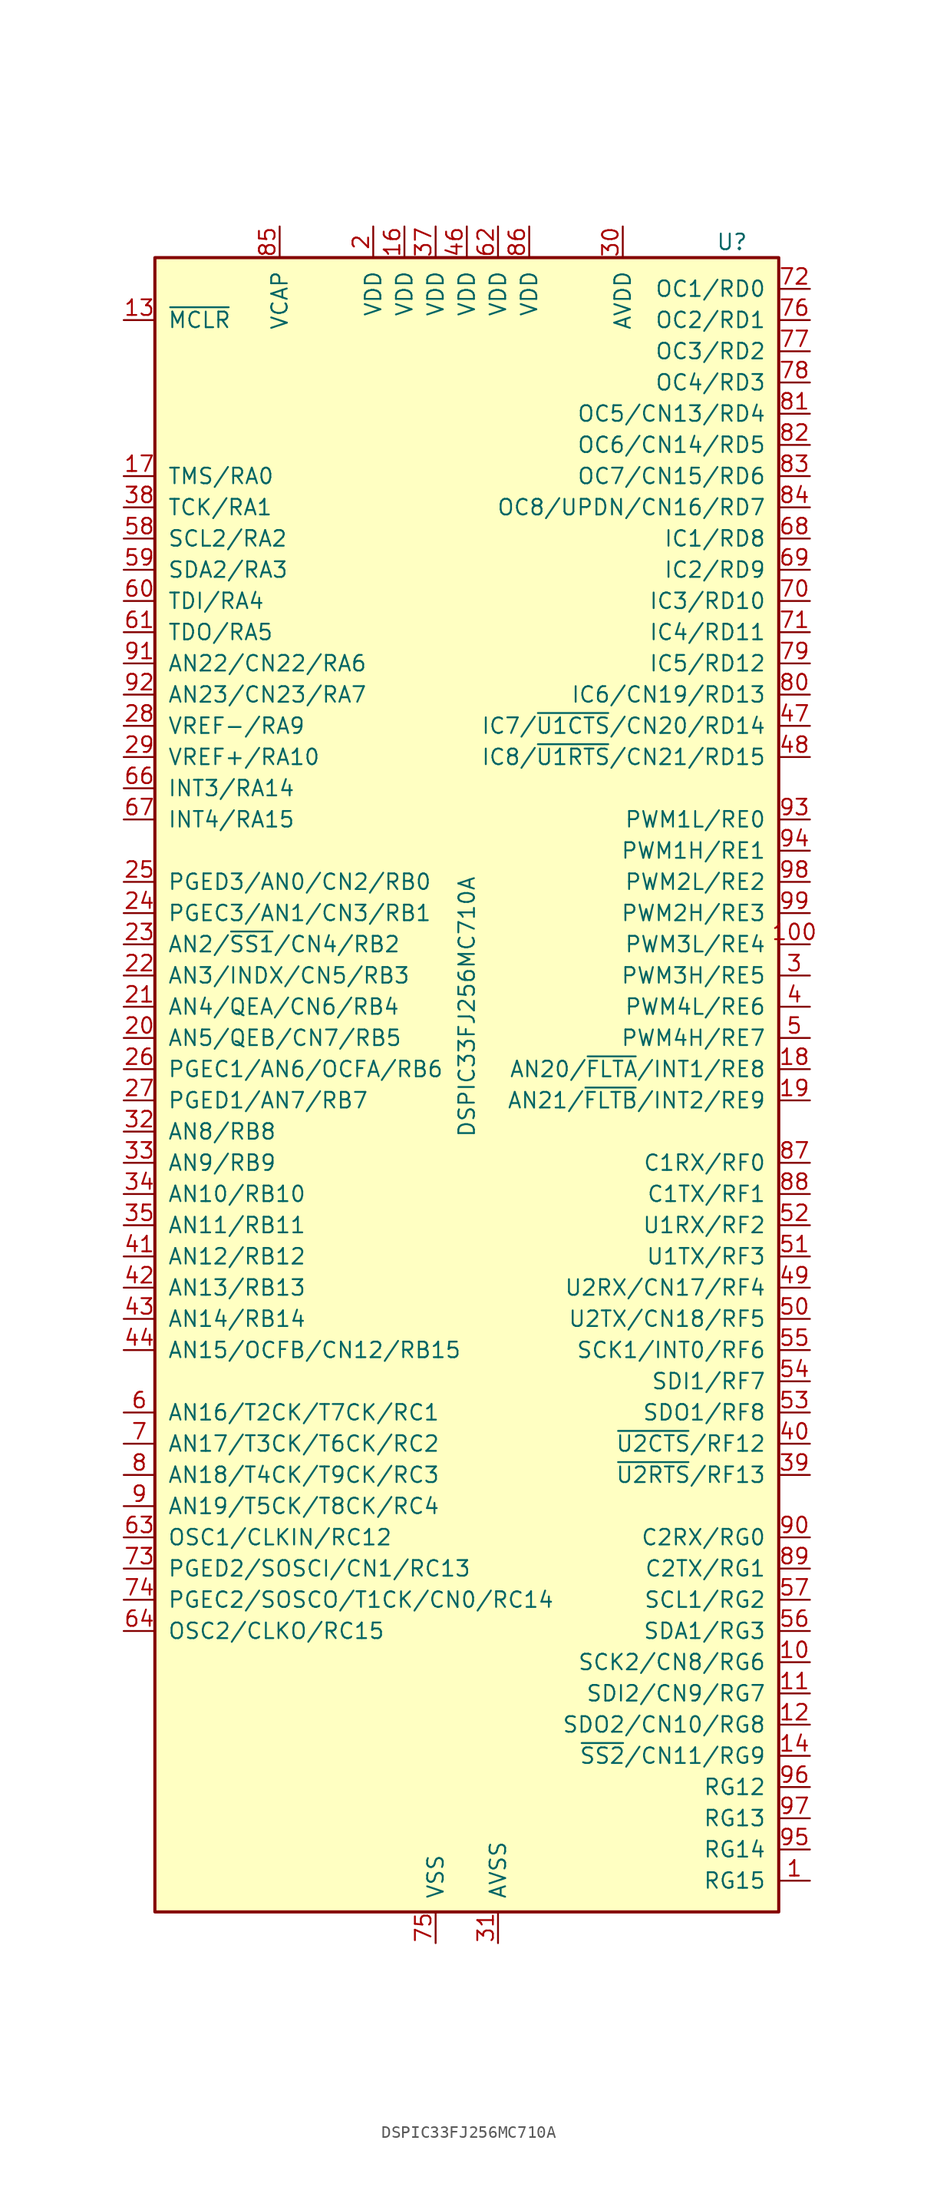
<source format=kicad_sym>
(kicad_symbol_lib
  (version 20201005)
  (generator kicad_symbol_editor)
  (symbol "DSPIC33FJ256MC710A"
    (pin_names
      (offset 1.016))
    (property "Reference" "U"
      (at 21.59 69.85 0)
      (effects (font (size 1.27 1.27))))
    (property "Value" "DSPIC33FJ256MC710A"
      (at 0 7.62 90)
      (effects (font (size 1.27 1.27))))
    (symbol "DSPIC33FJ256MC710A_0_1"
      (rectangle (start -25.4 68.58) (end 25.4 -66.04) (stroke (width 0.254)) (fill (type background))))
    (symbol "DSPIC33FJ256MC710A_1_1"
      (pin bidirectional line (at 27.94 -63.5 180) (length 2.54) (name "RG15" (effects (font (size 1.27 1.27)))) (number "1" (effects (font (size 1.27 1.27)))))
      (pin bidirectional line (at 27.94 -45.72 180) (length 2.54) (name "SCK2/CN8/RG6" (effects (font (size 1.27 1.27)))) (number "10" (effects (font (size 1.27 1.27)))))
      (pin bidirectional line (at 27.94 12.7 180) (length 2.54) (name "PWM3L/RE4" (effects (font (size 1.27 1.27)))) (number "100" (effects (font (size 1.27 1.27)))))
      (pin bidirectional line (at 27.94 -48.26 180) (length 2.54) (name "SDI2/CN9/RG7" (effects (font (size 1.27 1.27)))) (number "11" (effects (font (size 1.27 1.27)))))
      (pin bidirectional line (at 27.94 -50.8 180) (length 2.54) (name "SDO2/CN10/RG8" (effects (font (size 1.27 1.27)))) (number "12" (effects (font (size 1.27 1.27)))))
      (pin input line (at -27.94 63.5 0) (length 2.54) (name "~MCLR" (effects (font (size 1.27 1.27)))) (number "13" (effects (font (size 1.27 1.27)))))
      (pin bidirectional line (at 27.94 -53.34 180) (length 2.54) (name "~SS2~/CN11/RG9" (effects (font (size 1.27 1.27)))) (number "14" (effects (font (size 1.27 1.27)))))
      (pin power_in line (at -2.54 -68.58 90) (length 2.54) hide (name "VSS" (effects (font (size 1.27 1.27)))) (number "15" (effects (font (size 1.27 1.27)))))
      (pin power_in line (at -5.08 71.12 270) (length 2.54) (name "VDD" (effects (font (size 1.27 1.27)))) (number "16" (effects (font (size 1.27 1.27)))))
      (pin bidirectional line (at -27.94 50.8 0) (length 2.54) (name "TMS/RA0" (effects (font (size 1.27 1.27)))) (number "17" (effects (font (size 1.27 1.27)))))
      (pin bidirectional line (at 27.94 2.54 180) (length 2.54) (name "AN20/~FLTA~/INT1/RE8" (effects (font (size 1.27 1.27)))) (number "18" (effects (font (size 1.27 1.27)))))
      (pin bidirectional line (at 27.94 0 180) (length 2.54) (name "AN21/~FLTB~/INT2/RE9" (effects (font (size 1.27 1.27)))) (number "19" (effects (font (size 1.27 1.27)))))
      (pin power_in line (at -7.62 71.12 270) (length 2.54) (name "VDD" (effects (font (size 1.27 1.27)))) (number "2" (effects (font (size 1.27 1.27)))))
      (pin bidirectional line (at -27.94 5.08 0) (length 2.54) (name "AN5/QEB/CN7/RB5" (effects (font (size 1.27 1.27)))) (number "20" (effects (font (size 1.27 1.27)))))
      (pin bidirectional line (at -27.94 7.62 0) (length 2.54) (name "AN4/QEA/CN6/RB4" (effects (font (size 1.27 1.27)))) (number "21" (effects (font (size 1.27 1.27)))))
      (pin bidirectional line (at -27.94 10.16 0) (length 2.54) (name "AN3/INDX/CN5/RB3" (effects (font (size 1.27 1.27)))) (number "22" (effects (font (size 1.27 1.27)))))
      (pin bidirectional line (at -27.94 12.7 0) (length 2.54) (name "AN2/~SS1~/CN4/RB2" (effects (font (size 1.27 1.27)))) (number "23" (effects (font (size 1.27 1.27)))))
      (pin bidirectional line (at -27.94 15.24 0) (length 2.54) (name "PGEC3/AN1/CN3/RB1" (effects (font (size 1.27 1.27)))) (number "24" (effects (font (size 1.27 1.27)))))
      (pin bidirectional line (at -27.94 17.78 0) (length 2.54) (name "PGED3/AN0/CN2/RB0" (effects (font (size 1.27 1.27)))) (number "25" (effects (font (size 1.27 1.27)))))
      (pin bidirectional line (at -27.94 2.54 0) (length 2.54) (name "PGEC1/AN6/OCFA/RB6" (effects (font (size 1.27 1.27)))) (number "26" (effects (font (size 1.27 1.27)))))
      (pin bidirectional line (at -27.94 0 0) (length 2.54) (name "PGED1/AN7/RB7" (effects (font (size 1.27 1.27)))) (number "27" (effects (font (size 1.27 1.27)))))
      (pin bidirectional line (at -27.94 30.48 0) (length 2.54) (name "VREF-/RA9" (effects (font (size 1.27 1.27)))) (number "28" (effects (font (size 1.27 1.27)))))
      (pin bidirectional line (at -27.94 27.94 0) (length 2.54) (name "VREF+/RA10" (effects (font (size 1.27 1.27)))) (number "29" (effects (font (size 1.27 1.27)))))
      (pin bidirectional line (at 27.94 10.16 180) (length 2.54) (name "PWM3H/RE5" (effects (font (size 1.27 1.27)))) (number "3" (effects (font (size 1.27 1.27)))))
      (pin power_in line (at 12.7 71.12 270) (length 2.54) (name "AVDD" (effects (font (size 1.27 1.27)))) (number "30" (effects (font (size 1.27 1.27)))))
      (pin power_in line (at 2.54 -68.58 90) (length 2.54) (name "AVSS" (effects (font (size 1.27 1.27)))) (number "31" (effects (font (size 1.27 1.27)))))
      (pin bidirectional line (at -27.94 -2.54 0) (length 2.54) (name "AN8/RB8" (effects (font (size 1.27 1.27)))) (number "32" (effects (font (size 1.27 1.27)))))
      (pin bidirectional line (at -27.94 -5.08 0) (length 2.54) (name "AN9/RB9" (effects (font (size 1.27 1.27)))) (number "33" (effects (font (size 1.27 1.27)))))
      (pin bidirectional line (at -27.94 -7.62 0) (length 2.54) (name "AN10/RB10" (effects (font (size 1.27 1.27)))) (number "34" (effects (font (size 1.27 1.27)))))
      (pin bidirectional line (at -27.94 -10.16 0) (length 2.54) (name "AN11/RB11" (effects (font (size 1.27 1.27)))) (number "35" (effects (font (size 1.27 1.27)))))
      (pin power_in line (at -2.54 -68.58 90) (length 2.54) hide (name "VSS" (effects (font (size 1.27 1.27)))) (number "36" (effects (font (size 1.27 1.27)))))
      (pin power_in line (at -2.54 71.12 270) (length 2.54) (name "VDD" (effects (font (size 1.27 1.27)))) (number "37" (effects (font (size 1.27 1.27)))))
      (pin bidirectional line (at -27.94 48.26 0) (length 2.54) (name "TCK/RA1" (effects (font (size 1.27 1.27)))) (number "38" (effects (font (size 1.27 1.27)))))
      (pin bidirectional line (at 27.94 -30.48 180) (length 2.54) (name "~U2RTS~/RF13" (effects (font (size 1.27 1.27)))) (number "39" (effects (font (size 1.27 1.27)))))
      (pin bidirectional line (at 27.94 7.62 180) (length 2.54) (name "PWM4L/RE6" (effects (font (size 1.27 1.27)))) (number "4" (effects (font (size 1.27 1.27)))))
      (pin bidirectional line (at 27.94 -27.94 180) (length 2.54) (name "~U2CTS~/RF12" (effects (font (size 1.27 1.27)))) (number "40" (effects (font (size 1.27 1.27)))))
      (pin bidirectional line (at -27.94 -12.7 0) (length 2.54) (name "AN12/RB12" (effects (font (size 1.27 1.27)))) (number "41" (effects (font (size 1.27 1.27)))))
      (pin bidirectional line (at -27.94 -15.24 0) (length 2.54) (name "AN13/RB13" (effects (font (size 1.27 1.27)))) (number "42" (effects (font (size 1.27 1.27)))))
      (pin bidirectional line (at -27.94 -17.78 0) (length 2.54) (name "AN14/RB14" (effects (font (size 1.27 1.27)))) (number "43" (effects (font (size 1.27 1.27)))))
      (pin bidirectional line (at -27.94 -20.32 0) (length 2.54) (name "AN15/OCFB/CN12/RB15" (effects (font (size 1.27 1.27)))) (number "44" (effects (font (size 1.27 1.27)))))
      (pin power_in line (at -2.54 -68.58 90) (length 2.54) hide (name "VSS" (effects (font (size 1.27 1.27)))) (number "45" (effects (font (size 1.27 1.27)))))
      (pin power_in line (at 0 71.12 270) (length 2.54) (name "VDD" (effects (font (size 1.27 1.27)))) (number "46" (effects (font (size 1.27 1.27)))))
      (pin bidirectional line (at 27.94 30.48 180) (length 2.54) (name "IC7/~U1CTS~/CN20/RD14" (effects (font (size 1.27 1.27)))) (number "47" (effects (font (size 1.27 1.27)))))
      (pin bidirectional line (at 27.94 27.94 180) (length 2.54) (name "IC8/~U1RTS~/CN21/RD15" (effects (font (size 1.27 1.27)))) (number "48" (effects (font (size 1.27 1.27)))))
      (pin bidirectional line (at 27.94 -15.24 180) (length 2.54) (name "U2RX/CN17/RF4" (effects (font (size 1.27 1.27)))) (number "49" (effects (font (size 1.27 1.27)))))
      (pin bidirectional line (at 27.94 5.08 180) (length 2.54) (name "PWM4H/RE7" (effects (font (size 1.27 1.27)))) (number "5" (effects (font (size 1.27 1.27)))))
      (pin bidirectional line (at 27.94 -17.78 180) (length 2.54) (name "U2TX/CN18/RF5" (effects (font (size 1.27 1.27)))) (number "50" (effects (font (size 1.27 1.27)))))
      (pin bidirectional line (at 27.94 -12.7 180) (length 2.54) (name "U1TX/RF3" (effects (font (size 1.27 1.27)))) (number "51" (effects (font (size 1.27 1.27)))))
      (pin bidirectional line (at 27.94 -10.16 180) (length 2.54) (name "U1RX/RF2" (effects (font (size 1.27 1.27)))) (number "52" (effects (font (size 1.27 1.27)))))
      (pin bidirectional line (at 27.94 -25.4 180) (length 2.54) (name "SDO1/RF8" (effects (font (size 1.27 1.27)))) (number "53" (effects (font (size 1.27 1.27)))))
      (pin bidirectional line (at 27.94 -22.86 180) (length 2.54) (name "SDI1/RF7" (effects (font (size 1.27 1.27)))) (number "54" (effects (font (size 1.27 1.27)))))
      (pin bidirectional line (at 27.94 -20.32 180) (length 2.54) (name "SCK1/INT0/RF6" (effects (font (size 1.27 1.27)))) (number "55" (effects (font (size 1.27 1.27)))))
      (pin bidirectional line (at 27.94 -43.18 180) (length 2.54) (name "SDA1/RG3" (effects (font (size 1.27 1.27)))) (number "56" (effects (font (size 1.27 1.27)))))
      (pin bidirectional line (at 27.94 -40.64 180) (length 2.54) (name "SCL1/RG2" (effects (font (size 1.27 1.27)))) (number "57" (effects (font (size 1.27 1.27)))))
      (pin bidirectional line (at -27.94 45.72 0) (length 2.54) (name "SCL2/RA2" (effects (font (size 1.27 1.27)))) (number "58" (effects (font (size 1.27 1.27)))))
      (pin bidirectional line (at -27.94 43.18 0) (length 2.54) (name "SDA2/RA3" (effects (font (size 1.27 1.27)))) (number "59" (effects (font (size 1.27 1.27)))))
      (pin bidirectional line (at -27.94 -25.4 0) (length 2.54) (name "AN16/T2CK/T7CK/RC1" (effects (font (size 1.27 1.27)))) (number "6" (effects (font (size 1.27 1.27)))))
      (pin bidirectional line (at -27.94 40.64 0) (length 2.54) (name "TDI/RA4" (effects (font (size 1.27 1.27)))) (number "60" (effects (font (size 1.27 1.27)))))
      (pin bidirectional line (at -27.94 38.1 0) (length 2.54) (name "TDO/RA5" (effects (font (size 1.27 1.27)))) (number "61" (effects (font (size 1.27 1.27)))))
      (pin power_in line (at 2.54 71.12 270) (length 2.54) (name "VDD" (effects (font (size 1.27 1.27)))) (number "62" (effects (font (size 1.27 1.27)))))
      (pin bidirectional line (at -27.94 -35.56 0) (length 2.54) (name "OSC1/CLKIN/RC12" (effects (font (size 1.27 1.27)))) (number "63" (effects (font (size 1.27 1.27)))))
      (pin bidirectional line (at -27.94 -43.18 0) (length 2.54) (name "OSC2/CLKO/RC15" (effects (font (size 1.27 1.27)))) (number "64" (effects (font (size 1.27 1.27)))))
      (pin power_in line (at -2.54 -68.58 90) (length 2.54) hide (name "VSS" (effects (font (size 1.27 1.27)))) (number "65" (effects (font (size 1.27 1.27)))))
      (pin bidirectional line (at -27.94 25.4 0) (length 2.54) (name "INT3/RA14" (effects (font (size 1.27 1.27)))) (number "66" (effects (font (size 1.27 1.27)))))
      (pin bidirectional line (at -27.94 22.86 0) (length 2.54) (name "INT4/RA15" (effects (font (size 1.27 1.27)))) (number "67" (effects (font (size 1.27 1.27)))))
      (pin bidirectional line (at 27.94 45.72 180) (length 2.54) (name "IC1/RD8" (effects (font (size 1.27 1.27)))) (number "68" (effects (font (size 1.27 1.27)))))
      (pin bidirectional line (at 27.94 43.18 180) (length 2.54) (name "IC2/RD9" (effects (font (size 1.27 1.27)))) (number "69" (effects (font (size 1.27 1.27)))))
      (pin bidirectional line (at -27.94 -27.94 0) (length 2.54) (name "AN17/T3CK/T6CK/RC2" (effects (font (size 1.27 1.27)))) (number "7" (effects (font (size 1.27 1.27)))))
      (pin bidirectional line (at 27.94 40.64 180) (length 2.54) (name "IC3/RD10" (effects (font (size 1.27 1.27)))) (number "70" (effects (font (size 1.27 1.27)))))
      (pin bidirectional line (at 27.94 38.1 180) (length 2.54) (name "IC4/RD11" (effects (font (size 1.27 1.27)))) (number "71" (effects (font (size 1.27 1.27)))))
      (pin bidirectional line (at 27.94 66.04 180) (length 2.54) (name "OC1/RD0" (effects (font (size 1.27 1.27)))) (number "72" (effects (font (size 1.27 1.27)))))
      (pin bidirectional line (at -27.94 -38.1 0) (length 2.54) (name "PGED2/SOSCI/CN1/RC13" (effects (font (size 1.27 1.27)))) (number "73" (effects (font (size 1.27 1.27)))))
      (pin bidirectional line (at -27.94 -40.64 0) (length 2.54) (name "PGEC2/SOSCO/T1CK/CN0/RC14" (effects (font (size 1.27 1.27)))) (number "74" (effects (font (size 1.27 1.27)))))
      (pin power_in line (at -2.54 -68.58 90) (length 2.54) (name "VSS" (effects (font (size 1.27 1.27)))) (number "75" (effects (font (size 1.27 1.27)))))
      (pin bidirectional line (at 27.94 63.5 180) (length 2.54) (name "OC2/RD1" (effects (font (size 1.27 1.27)))) (number "76" (effects (font (size 1.27 1.27)))))
      (pin bidirectional line (at 27.94 60.96 180) (length 2.54) (name "OC3/RD2" (effects (font (size 1.27 1.27)))) (number "77" (effects (font (size 1.27 1.27)))))
      (pin bidirectional line (at 27.94 58.42 180) (length 2.54) (name "OC4/RD3" (effects (font (size 1.27 1.27)))) (number "78" (effects (font (size 1.27 1.27)))))
      (pin bidirectional line (at 27.94 35.56 180) (length 2.54) (name "IC5/RD12" (effects (font (size 1.27 1.27)))) (number "79" (effects (font (size 1.27 1.27)))))
      (pin bidirectional line (at -27.94 -30.48 0) (length 2.54) (name "AN18/T4CK/T9CK/RC3" (effects (font (size 1.27 1.27)))) (number "8" (effects (font (size 1.27 1.27)))))
      (pin bidirectional line (at 27.94 33.02 180) (length 2.54) (name "IC6/CN19/RD13" (effects (font (size 1.27 1.27)))) (number "80" (effects (font (size 1.27 1.27)))))
      (pin bidirectional line (at 27.94 55.88 180) (length 2.54) (name "OC5/CN13/RD4" (effects (font (size 1.27 1.27)))) (number "81" (effects (font (size 1.27 1.27)))))
      (pin bidirectional line (at 27.94 53.34 180) (length 2.54) (name "OC6/CN14/RD5" (effects (font (size 1.27 1.27)))) (number "82" (effects (font (size 1.27 1.27)))))
      (pin bidirectional line (at 27.94 50.8 180) (length 2.54) (name "OC7/CN15/RD6" (effects (font (size 1.27 1.27)))) (number "83" (effects (font (size 1.27 1.27)))))
      (pin bidirectional line (at 27.94 48.26 180) (length 2.54) (name "OC8/UPDN/CN16/RD7" (effects (font (size 1.27 1.27)))) (number "84" (effects (font (size 1.27 1.27)))))
      (pin passive line (at -15.24 71.12 270) (length 2.54) (name "VCAP" (effects (font (size 1.27 1.27)))) (number "85" (effects (font (size 1.27 1.27)))))
      (pin power_in line (at 5.08 71.12 270) (length 2.54) (name "VDD" (effects (font (size 1.27 1.27)))) (number "86" (effects (font (size 1.27 1.27)))))
      (pin bidirectional line (at 27.94 -5.08 180) (length 2.54) (name "C1RX/RF0" (effects (font (size 1.27 1.27)))) (number "87" (effects (font (size 1.27 1.27)))))
      (pin bidirectional line (at 27.94 -7.62 180) (length 2.54) (name "C1TX/RF1" (effects (font (size 1.27 1.27)))) (number "88" (effects (font (size 1.27 1.27)))))
      (pin bidirectional line (at 27.94 -38.1 180) (length 2.54) (name "C2TX/RG1" (effects (font (size 1.27 1.27)))) (number "89" (effects (font (size 1.27 1.27)))))
      (pin bidirectional line (at -27.94 -33.02 0) (length 2.54) (name "AN19/T5CK/T8CK/RC4" (effects (font (size 1.27 1.27)))) (number "9" (effects (font (size 1.27 1.27)))))
      (pin bidirectional line (at 27.94 -35.56 180) (length 2.54) (name "C2RX/RG0" (effects (font (size 1.27 1.27)))) (number "90" (effects (font (size 1.27 1.27)))))
      (pin bidirectional line (at -27.94 35.56 0) (length 2.54) (name "AN22/CN22/RA6" (effects (font (size 1.27 1.27)))) (number "91" (effects (font (size 1.27 1.27)))))
      (pin bidirectional line (at -27.94 33.02 0) (length 2.54) (name "AN23/CN23/RA7" (effects (font (size 1.27 1.27)))) (number "92" (effects (font (size 1.27 1.27)))))
      (pin bidirectional line (at 27.94 22.86 180) (length 2.54) (name "PWM1L/RE0" (effects (font (size 1.27 1.27)))) (number "93" (effects (font (size 1.27 1.27)))))
      (pin bidirectional line (at 27.94 20.32 180) (length 2.54) (name "PWM1H/RE1" (effects (font (size 1.27 1.27)))) (number "94" (effects (font (size 1.27 1.27)))))
      (pin bidirectional line (at 27.94 -60.96 180) (length 2.54) (name "RG14" (effects (font (size 1.27 1.27)))) (number "95" (effects (font (size 1.27 1.27)))))
      (pin bidirectional line (at 27.94 -55.88 180) (length 2.54) (name "RG12" (effects (font (size 1.27 1.27)))) (number "96" (effects (font (size 1.27 1.27)))))
      (pin bidirectional line (at 27.94 -58.42 180) (length 2.54) (name "RG13" (effects (font (size 1.27 1.27)))) (number "97" (effects (font (size 1.27 1.27)))))
      (pin bidirectional line (at 27.94 17.78 180) (length 2.54) (name "PWM2L/RE2" (effects (font (size 1.27 1.27)))) (number "98" (effects (font (size 1.27 1.27)))))
      (pin bidirectional line (at 27.94 15.24 180) (length 2.54) (name "PWM2H/RE3" (effects (font (size 1.27 1.27)))) (number "99" (effects (font (size 1.27 1.27))))))))
</source>
